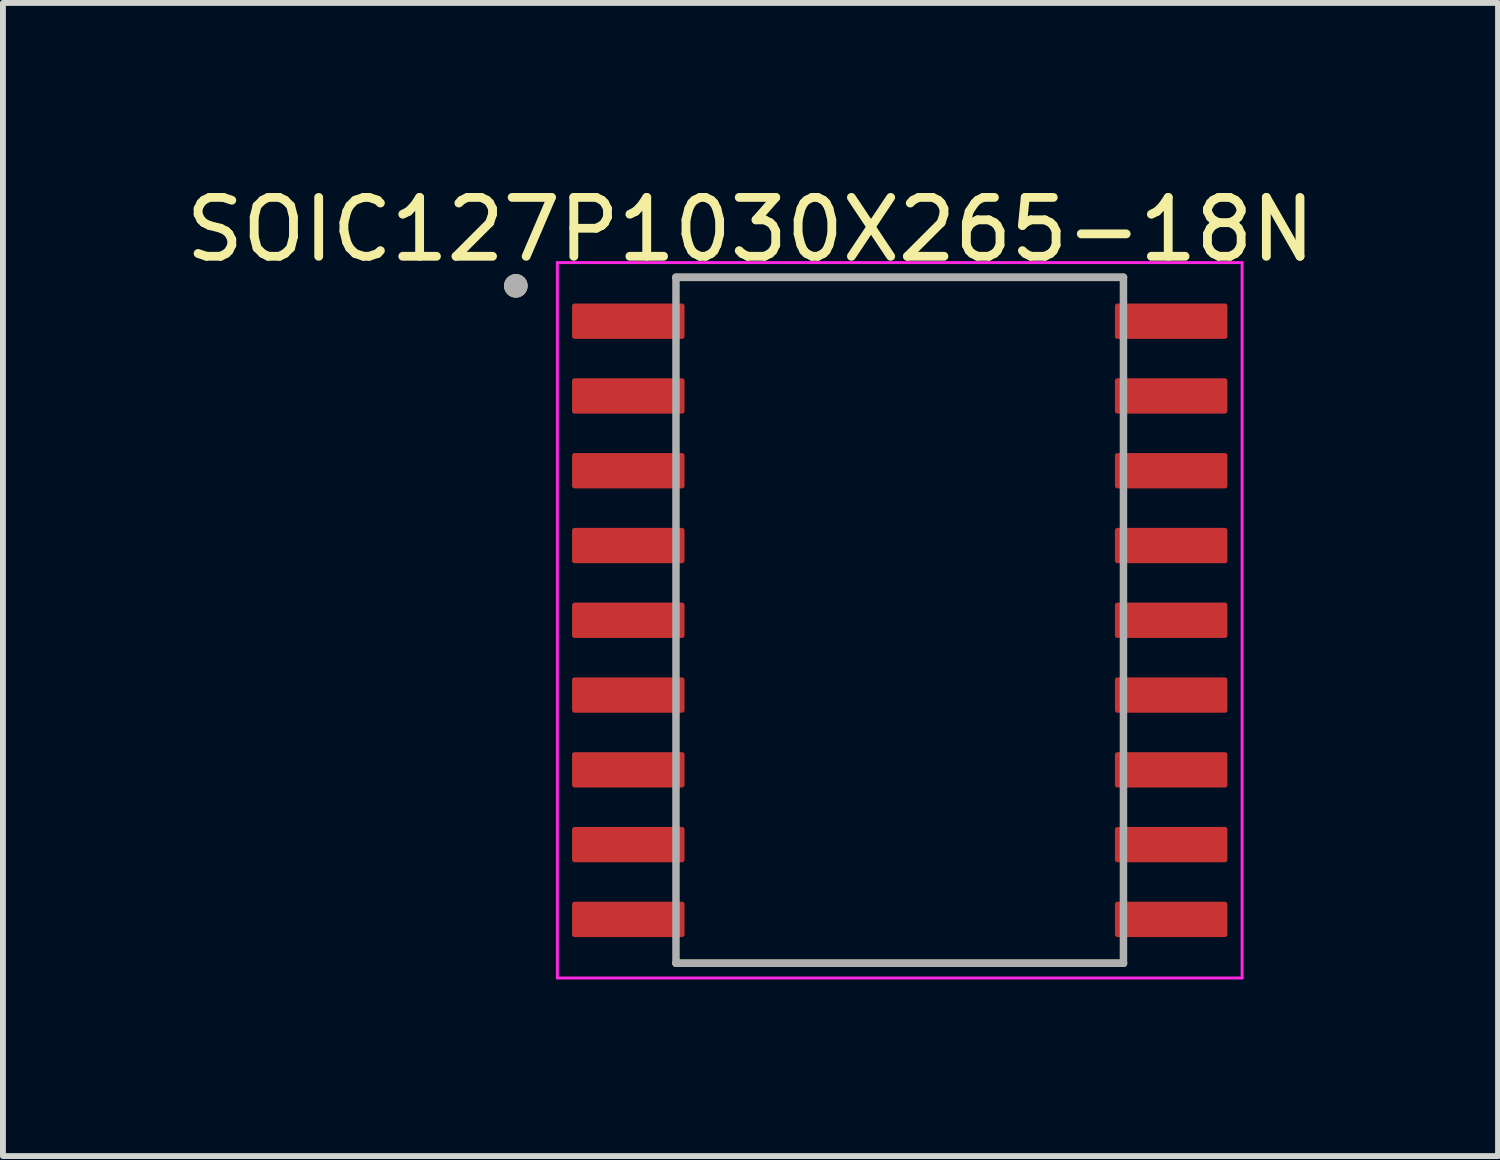
<source format=kicad_pcb>
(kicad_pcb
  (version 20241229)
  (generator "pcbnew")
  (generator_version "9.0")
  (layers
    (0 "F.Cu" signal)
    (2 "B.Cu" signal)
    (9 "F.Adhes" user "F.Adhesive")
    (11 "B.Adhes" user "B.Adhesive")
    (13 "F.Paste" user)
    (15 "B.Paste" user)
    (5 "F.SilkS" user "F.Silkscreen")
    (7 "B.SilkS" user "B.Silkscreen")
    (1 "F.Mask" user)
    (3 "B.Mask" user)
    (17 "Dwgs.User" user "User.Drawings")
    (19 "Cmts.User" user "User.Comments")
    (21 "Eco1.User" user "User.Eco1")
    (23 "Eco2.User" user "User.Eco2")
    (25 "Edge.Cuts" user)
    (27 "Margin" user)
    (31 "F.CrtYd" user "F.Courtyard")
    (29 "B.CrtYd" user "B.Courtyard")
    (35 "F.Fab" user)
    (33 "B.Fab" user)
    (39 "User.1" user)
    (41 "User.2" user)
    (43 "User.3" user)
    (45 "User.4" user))
  (footprint "SOIC127P1030X265-18N"
    (layer "F.Cu")
    (at 12.231 7.485)
    (property "Reference" "SOIC127P1030X265-18N" (at -2.535 -6.637 0) (layer "F.SilkS") (effects (font (size 1 1) (thickness 0.15))))
    (attr through_hole)
    (fp_line (start -3.8 -5.825) (end 3.8 -5.825) (stroke (width 0.127) (type solid)) (layer "F.SilkS"))
    (fp_line (start -3.8 5.825) (end 3.8 5.825) (stroke (width 0.127) (type solid)) (layer "F.SilkS"))
    (fp_circle (center -6.52 -5.68) (end -6.42 -5.68) (stroke (width 0.2) (type solid)) (fill no) (layer "F.SilkS"))
    (fp_line (start -5.815 -6.075) (end -5.815 6.075) (stroke (width 0.05) (type solid)) (layer "F.CrtYd"))
    (fp_line (start -5.815 -6.075) (end 5.815 -6.075) (stroke (width 0.05) (type solid)) (layer "F.CrtYd"))
    (fp_line (start -5.815 6.075) (end 5.815 6.075) (stroke (width 0.05) (type solid)) (layer "F.CrtYd"))
    (fp_line (start 5.815 -6.075) (end 5.815 6.075) (stroke (width 0.05) (type solid)) (layer "F.CrtYd"))
    (fp_line (start -3.8 -5.825) (end -3.8 5.825) (stroke (width 0.127) (type solid)) (layer "F.Fab"))
    (fp_line (start -3.8 -5.825) (end 3.8 -5.825) (stroke (width 0.127) (type solid)) (layer "F.Fab"))
    (fp_line (start -3.8 5.825) (end 3.8 5.825) (stroke (width 0.127) (type solid)) (layer "F.Fab"))
    (fp_line (start 3.8 -5.825) (end 3.8 5.825) (stroke (width 0.127) (type solid)) (layer "F.Fab"))
    (fp_circle (center -6.52 -5.68) (end -6.42 -5.68) (stroke (width 0.2) (type solid)) (fill no) (layer "F.Fab"))
    (pad "1" smd roundrect (at -4.61 -5.08) (size 1.91 0.6) (layers "F.Cu" "F.Mask" "F.Paste") (roundrect_rratio 0.07))
    (pad "2" smd roundrect (at -4.61 -3.81) (size 1.91 0.6) (layers "F.Cu" "F.Mask" "F.Paste") (roundrect_rratio 0.07))
    (pad "3" smd roundrect (at -4.61 -2.54) (size 1.91 0.6) (layers "F.Cu" "F.Mask" "F.Paste") (roundrect_rratio 0.07))
    (pad "4" smd roundrect (at -4.61 -1.27) (size 1.91 0.6) (layers "F.Cu" "F.Mask" "F.Paste") (roundrect_rratio 0.07))
    (pad "5" smd roundrect (at -4.61 0) (size 1.91 0.6) (layers "F.Cu" "F.Mask" "F.Paste") (roundrect_rratio 0.07))
    (pad "6" smd roundrect (at -4.61 1.27) (size 1.91 0.6) (layers "F.Cu" "F.Mask" "F.Paste") (roundrect_rratio 0.07))
    (pad "7" smd roundrect (at -4.61 2.54) (size 1.91 0.6) (layers "F.Cu" "F.Mask" "F.Paste") (roundrect_rratio 0.07))
    (pad "8" smd roundrect (at -4.61 3.81) (size 1.91 0.6) (layers "F.Cu" "F.Mask" "F.Paste") (roundrect_rratio 0.07))
    (pad "9" smd roundrect (at -4.61 5.08) (size 1.91 0.6) (layers "F.Cu" "F.Mask" "F.Paste") (roundrect_rratio 0.07))
    (pad "10" smd roundrect (at 4.61 5.08) (size 1.91 0.6) (layers "F.Cu" "F.Mask" "F.Paste") (roundrect_rratio 0.07))
    (pad "11" smd roundrect (at 4.61 3.81) (size 1.91 0.6) (layers "F.Cu" "F.Mask" "F.Paste") (roundrect_rratio 0.07))
    (pad "12" smd roundrect (at 4.61 2.54) (size 1.91 0.6) (layers "F.Cu" "F.Mask" "F.Paste") (roundrect_rratio 0.07))
    (pad "13" smd roundrect (at 4.61 1.27) (size 1.91 0.6) (layers "F.Cu" "F.Mask" "F.Paste") (roundrect_rratio 0.07))
    (pad "14" smd roundrect (at 4.61 0) (size 1.91 0.6) (layers "F.Cu" "F.Mask" "F.Paste") (roundrect_rratio 0.07))
    (pad "15" smd roundrect (at 4.61 -1.27) (size 1.91 0.6) (layers "F.Cu" "F.Mask" "F.Paste") (roundrect_rratio 0.07))
    (pad "16" smd roundrect (at 4.61 -2.54) (size 1.91 0.6) (layers "F.Cu" "F.Mask" "F.Paste") (roundrect_rratio 0.07))
    (pad "17" smd roundrect (at 4.61 -3.81) (size 1.91 0.6) (layers "F.Cu" "F.Mask" "F.Paste") (roundrect_rratio 0.07))
    (pad "18" smd roundrect (at 4.61 -5.08) (size 1.91 0.6) (layers "F.Cu" "F.Mask" "F.Paste") (roundrect_rratio 0.07)))
  (gr_rect
    (start -3 -3)
    (end 22.393 16.585)
    (stroke (width 0.1) (type default))
    (fill no)
    (layer "Edge.Cuts")))
</source>
